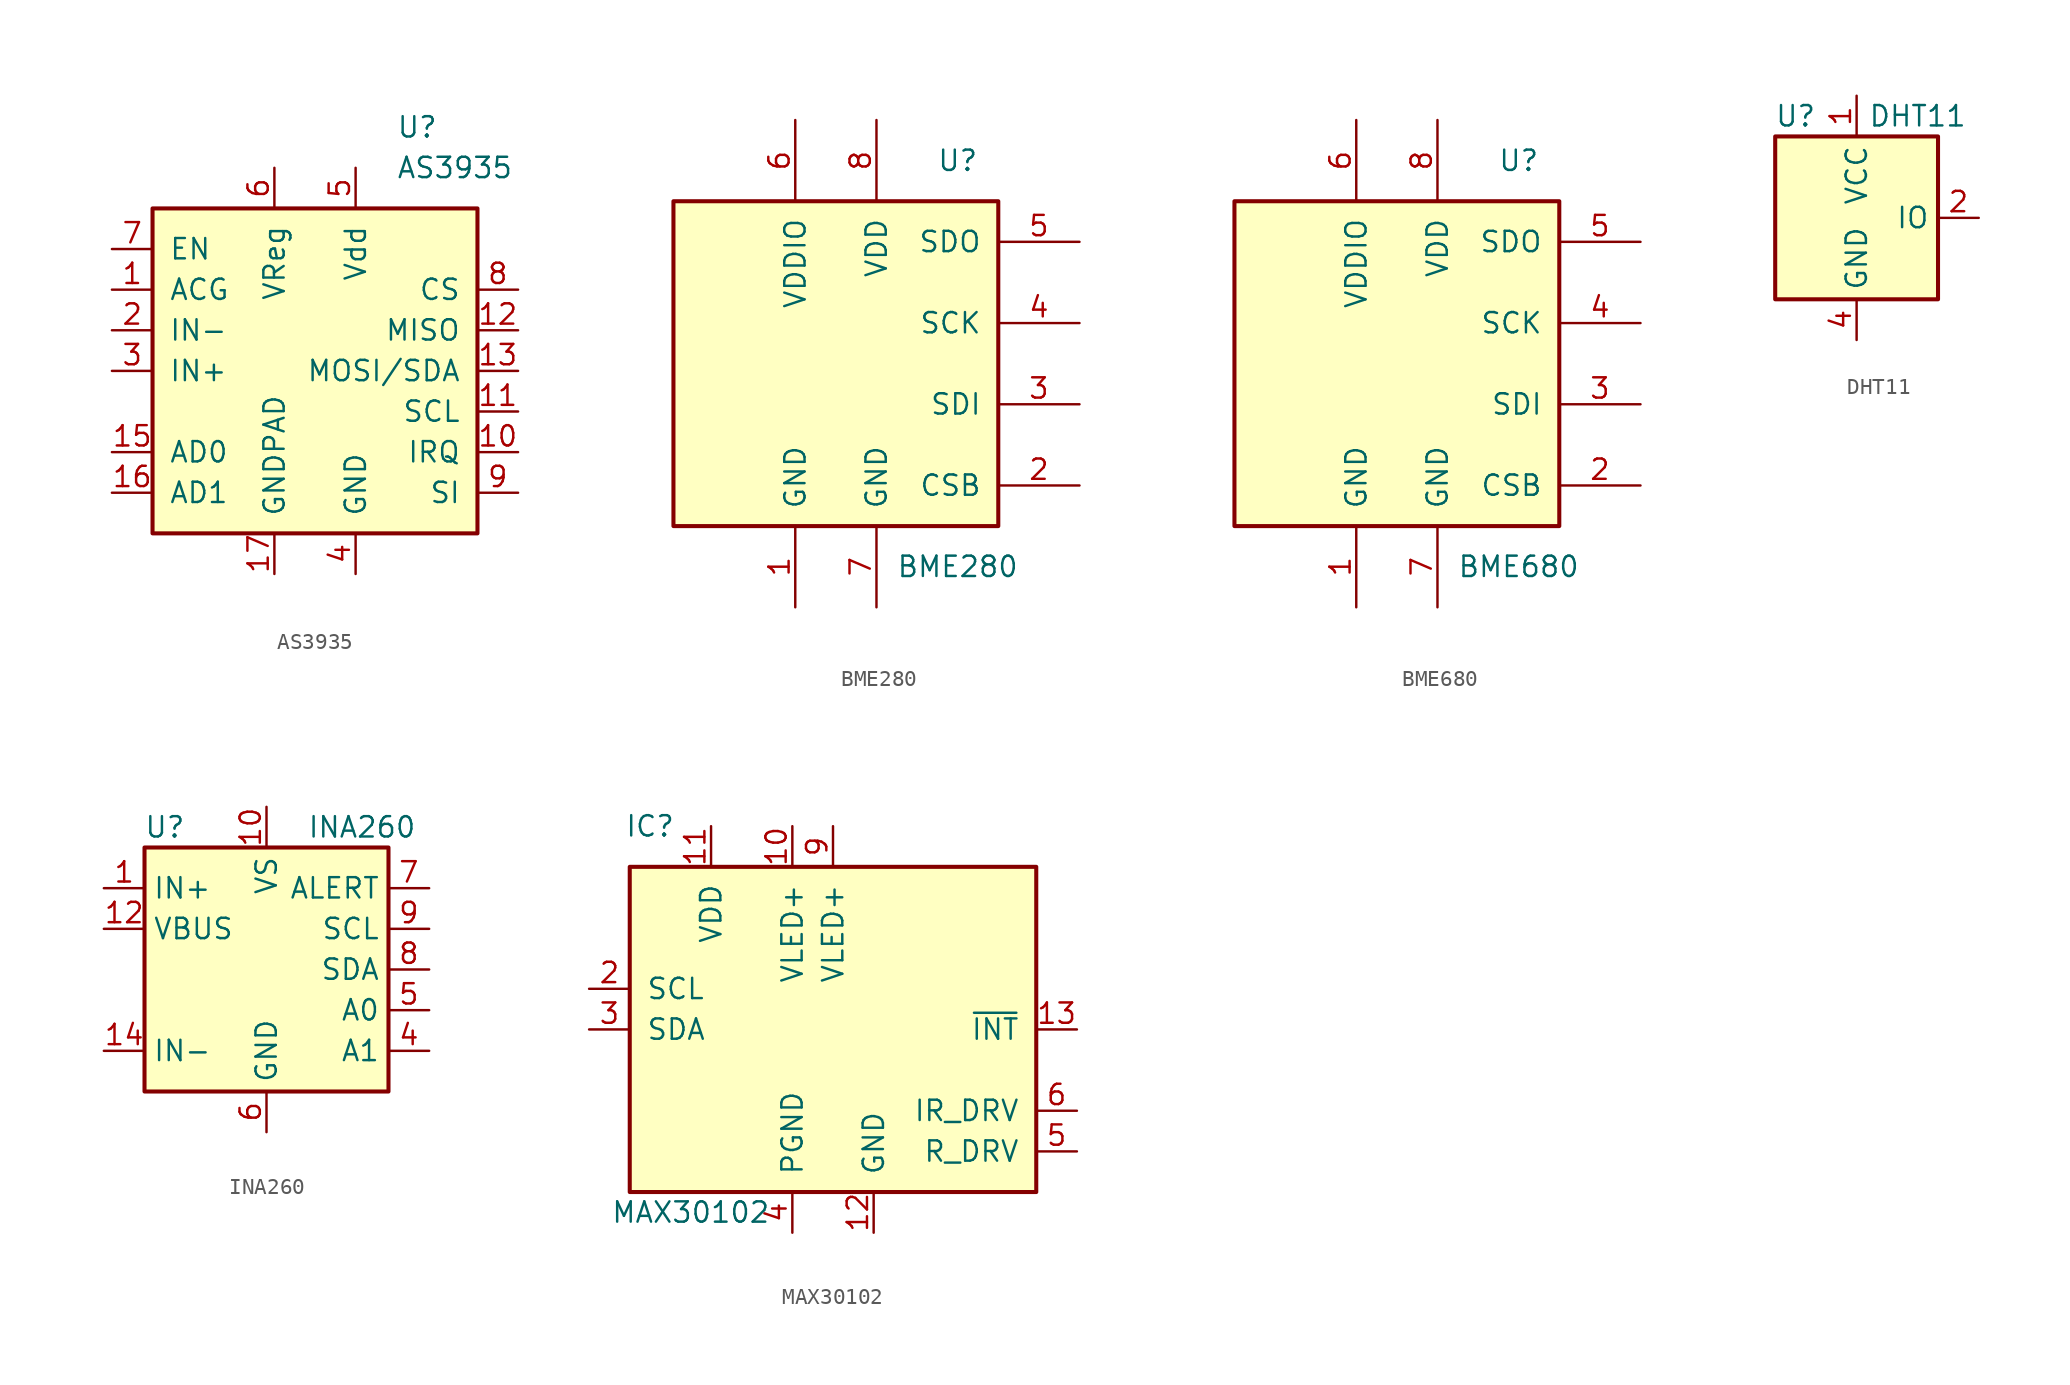
<source format=kicad_sym>
(kicad_symbol_lib
  (version 20201005)
  (generator kicad_symbol_editor)
  (symbol "AS3935"
    (pin_names
      (offset 1.016))
    (property "Reference" "U"
      (at 5.08 15.24 0)
      (effects (font (size 1.27 1.27)) (justify left)))
    (property "Value" "AS3935"
      (at 5.08 12.7 0)
      (effects (font (size 1.27 1.27)) (justify left)))
    (symbol "AS3935_0_1"
      (rectangle (start -10.16 10.16) (end 10.16 -10.16) (stroke (width 0.254)) (fill (type background))))
    (symbol "AS3935_1_1"
      (pin input line (at -12.7 5.08 0) (length 2.54) (name "ACG" (effects (font (size 1.27 1.27)))) (number "1" (effects (font (size 1.27 1.27)))))
      (pin bidirectional line (at 12.7 -5.08 180) (length 2.54) (name "IRQ" (effects (font (size 1.27 1.27)))) (number "10" (effects (font (size 1.27 1.27)))))
      (pin bidirectional line (at 12.7 -2.54 180) (length 2.54) (name "SCL" (effects (font (size 1.27 1.27)))) (number "11" (effects (font (size 1.27 1.27)))))
      (pin output line (at 12.7 2.54 180) (length 2.54) (name "MISO" (effects (font (size 1.27 1.27)))) (number "12" (effects (font (size 1.27 1.27)))))
      (pin bidirectional line (at 12.7 0 180) (length 2.54) (name "MOSI/SDA" (effects (font (size 1.27 1.27)))) (number "13" (effects (font (size 1.27 1.27)))))
      (pin input line (at -12.7 -5.08 0) (length 2.54) (name "AD0" (effects (font (size 1.27 1.27)))) (number "15" (effects (font (size 1.27 1.27)))))
      (pin input line (at -12.7 -7.62 0) (length 2.54) (name "AD1" (effects (font (size 1.27 1.27)))) (number "16" (effects (font (size 1.27 1.27)))))
      (pin power_in line (at -2.54 -12.7 90) (length 2.54) (name "GNDPAD" (effects (font (size 1.27 1.27)))) (number "17" (effects (font (size 1.27 1.27)))))
      (pin input line (at -12.7 2.54 0) (length 2.54) (name "IN-" (effects (font (size 1.27 1.27)))) (number "2" (effects (font (size 1.27 1.27)))))
      (pin input line (at -12.7 0 0) (length 2.54) (name "IN+" (effects (font (size 1.27 1.27)))) (number "3" (effects (font (size 1.27 1.27)))))
      (pin power_in line (at 2.54 -12.7 90) (length 2.54) (name "GND" (effects (font (size 1.27 1.27)))) (number "4" (effects (font (size 1.27 1.27)))))
      (pin power_in line (at 2.54 12.7 270) (length 2.54) (name "Vdd" (effects (font (size 1.27 1.27)))) (number "5" (effects (font (size 1.27 1.27)))))
      (pin passive line (at -2.54 12.7 270) (length 2.54) (name "VReg" (effects (font (size 1.27 1.27)))) (number "6" (effects (font (size 1.27 1.27)))))
      (pin input line (at -12.7 7.62 0) (length 2.54) (name "EN" (effects (font (size 1.27 1.27)))) (number "7" (effects (font (size 1.27 1.27)))))
      (pin input line (at 12.7 5.08 180) (length 2.54) (name "CS" (effects (font (size 1.27 1.27)))) (number "8" (effects (font (size 1.27 1.27)))))
      (pin input line (at 12.7 -7.62 180) (length 2.54) (name "SI" (effects (font (size 1.27 1.27)))) (number "9" (effects (font (size 1.27 1.27)))))))
  (symbol "BME280"
    (pin_names
      (offset 1.016))
    (property "Reference" "U"
      (at 7.62 12.7 0)
      (effects (font (size 1.27 1.27))))
    (property "Value" "BME280"
      (at 7.62 -12.7 0)
      (effects (font (size 1.27 1.27))))
    (symbol "BME280_0_1"
      (rectangle (start -10.16 10.16) (end 10.16 -10.16) (stroke (width 0.254)) (fill (type background))))
    (symbol "BME280_1_1"
      (pin power_in line (at -2.54 -15.24 90) (length 5.08) (name "GND" (effects (font (size 1.27 1.27)))) (number "1" (effects (font (size 1.27 1.27)))))
      (pin input line (at 15.24 -7.62 180) (length 5.08) (name "CSB" (effects (font (size 1.27 1.27)))) (number "2" (effects (font (size 1.27 1.27)))))
      (pin bidirectional line (at 15.24 -2.54 180) (length 5.08) (name "SDI" (effects (font (size 1.27 1.27)))) (number "3" (effects (font (size 1.27 1.27)))))
      (pin input line (at 15.24 2.54 180) (length 5.08) (name "SCK" (effects (font (size 1.27 1.27)))) (number "4" (effects (font (size 1.27 1.27)))))
      (pin bidirectional line (at 15.24 7.62 180) (length 5.08) (name "SDO" (effects (font (size 1.27 1.27)))) (number "5" (effects (font (size 1.27 1.27)))))
      (pin power_in line (at -2.54 15.24 270) (length 5.08) (name "VDDIO" (effects (font (size 1.27 1.27)))) (number "6" (effects (font (size 1.27 1.27)))))
      (pin power_in line (at 2.54 -15.24 90) (length 5.08) (name "GND" (effects (font (size 1.27 1.27)))) (number "7" (effects (font (size 1.27 1.27)))))
      (pin power_in line (at 2.54 15.24 270) (length 5.08) (name "VDD" (effects (font (size 1.27 1.27)))) (number "8" (effects (font (size 1.27 1.27)))))))
  (symbol "BME680"
    (pin_names
      (offset 1.016))
    (property "Reference" "U"
      (at 7.62 12.7 0)
      (effects (font (size 1.27 1.27))))
    (property "Value" "BME680"
      (at 7.62 -12.7 0)
      (effects (font (size 1.27 1.27))))
    (symbol "BME680_0_1"
      (rectangle (start -10.16 10.16) (end 10.16 -10.16) (stroke (width 0.254)) (fill (type background))))
    (symbol "BME680_1_1"
      (pin power_in line (at -2.54 -15.24 90) (length 5.08) (name "GND" (effects (font (size 1.27 1.27)))) (number "1" (effects (font (size 1.27 1.27)))))
      (pin input line (at 15.24 -7.62 180) (length 5.08) (name "CSB" (effects (font (size 1.27 1.27)))) (number "2" (effects (font (size 1.27 1.27)))))
      (pin bidirectional line (at 15.24 -2.54 180) (length 5.08) (name "SDI" (effects (font (size 1.27 1.27)))) (number "3" (effects (font (size 1.27 1.27)))))
      (pin input line (at 15.24 2.54 180) (length 5.08) (name "SCK" (effects (font (size 1.27 1.27)))) (number "4" (effects (font (size 1.27 1.27)))))
      (pin bidirectional line (at 15.24 7.62 180) (length 5.08) (name "SDO" (effects (font (size 1.27 1.27)))) (number "5" (effects (font (size 1.27 1.27)))))
      (pin power_in line (at -2.54 15.24 270) (length 5.08) (name "VDDIO" (effects (font (size 1.27 1.27)))) (number "6" (effects (font (size 1.27 1.27)))))
      (pin power_in line (at 2.54 -15.24 90) (length 5.08) (name "GND" (effects (font (size 1.27 1.27)))) (number "7" (effects (font (size 1.27 1.27)))))
      (pin power_in line (at 2.54 15.24 270) (length 5.08) (name "VDD" (effects (font (size 1.27 1.27)))) (number "8" (effects (font (size 1.27 1.27)))))))
  (symbol "DHT11"
    (property "Reference" "U"
      (at -3.81 6.35 0)
      (effects (font (size 1.27 1.27))))
    (property "Value" "DHT11"
      (at 3.81 6.35 0)
      (effects (font (size 1.27 1.27))))
    (symbol "DHT11_0_1"
      (rectangle (start -5.08 5.08) (end 5.08 -5.08) (stroke (width 0.254)) (fill (type background))))
    (symbol "DHT11_1_1"
      (pin power_in line (at 0 7.62 270) (length 2.54) (name "VCC" (effects (font (size 1.27 1.27)))) (number "1" (effects (font (size 1.27 1.27)))))
      (pin bidirectional line (at 7.62 0 180) (length 2.54) (name "IO" (effects (font (size 1.27 1.27)))) (number "2" (effects (font (size 1.27 1.27)))))
      (pin no_connect line (at -5.08 0 0) (length 2.54) hide (name "NC" (effects (font (size 1.27 1.27)))) (number "3" (effects (font (size 1.27 1.27)))))
      (pin power_in line (at 0 -7.62 90) (length 2.54) (name "GND" (effects (font (size 1.27 1.27)))) (number "4" (effects (font (size 1.27 1.27)))))))
  (symbol "INA260"
    (property "Reference" "U"
      (at -6.35 8.89 0)
      (effects (font (size 1.27 1.27))))
    (property "Value" "INA260"
      (at 2.54 8.89 0)
      (effects (font (size 1.27 1.27)) (justify left)))
    (symbol "INA260_0_1"
      (rectangle (start -7.62 7.62) (end 7.62 -7.62) (stroke (width 0.254)) (fill (type background))))
    (symbol "INA260_1_1"
      (pin passive line (at -10.16 5.08 0) (length 2.54) (name "IN+" (effects (font (size 1.27 1.27)))) (number "1" (effects (font (size 1.27 1.27)))))
      (pin power_in line (at 0 10.16 270) (length 2.54) (name "VS" (effects (font (size 1.27 1.27)))) (number "10" (effects (font (size 1.27 1.27)))))
      (pin passive line (at 0 -10.16 90) (length 2.54) hide (name "GND" (effects (font (size 1.27 1.27)))) (number "11" (effects (font (size 1.27 1.27)))))
      (pin passive line (at -10.16 2.54 0) (length 2.54) (name "VBUS" (effects (font (size 1.27 1.27)))) (number "12" (effects (font (size 1.27 1.27)))))
      (pin no_connect line (at 2.54 -7.62 90) (length 2.54) hide (name "NC" (effects (font (size 1.27 1.27)))) (number "13" (effects (font (size 1.27 1.27)))))
      (pin passive line (at -10.16 -5.08 0) (length 2.54) (name "IN-" (effects (font (size 1.27 1.27)))) (number "14" (effects (font (size 1.27 1.27)))))
      (pin passive line (at -10.16 -5.08 0) (length 2.54) hide (name "IN-" (effects (font (size 1.27 1.27)))) (number "15" (effects (font (size 1.27 1.27)))))
      (pin passive line (at -10.16 -5.08 0) (length 2.54) hide (name "IN-" (effects (font (size 1.27 1.27)))) (number "16" (effects (font (size 1.27 1.27)))))
      (pin passive line (at -10.16 5.08 0) (length 2.54) hide (name "IN+" (effects (font (size 1.27 1.27)))) (number "2" (effects (font (size 1.27 1.27)))))
      (pin passive line (at -10.16 5.08 0) (length 2.54) hide (name "IN+" (effects (font (size 1.27 1.27)))) (number "3" (effects (font (size 1.27 1.27)))))
      (pin input line (at 10.16 -5.08 180) (length 2.54) (name "A1" (effects (font (size 1.27 1.27)))) (number "4" (effects (font (size 1.27 1.27)))))
      (pin input line (at 10.16 -2.54 180) (length 2.54) (name "A0" (effects (font (size 1.27 1.27)))) (number "5" (effects (font (size 1.27 1.27)))))
      (pin power_in line (at 0 -10.16 90) (length 2.54) (name "GND" (effects (font (size 1.27 1.27)))) (number "6" (effects (font (size 1.27 1.27)))))
      (pin open_collector line (at 10.16 5.08 180) (length 2.54) (name "ALERT" (effects (font (size 1.27 1.27)))) (number "7" (effects (font (size 1.27 1.27)))))
      (pin bidirectional line (at 10.16 0 180) (length 2.54) (name "SDA" (effects (font (size 1.27 1.27)))) (number "8" (effects (font (size 1.27 1.27)))))
      (pin input line (at 10.16 2.54 180) (length 2.54) (name "SCL" (effects (font (size 1.27 1.27)))) (number "9" (effects (font (size 1.27 1.27)))))))
  (symbol "MAX30102"
    (pin_names
      (offset 1.016))
    (property "Reference" "IC"
      (at -11.43 12.7 0)
      (effects (font (size 1.27 1.27))))
    (property "Value" "MAX30102"
      (at -8.89 -11.43 0)
      (effects (font (size 1.27 1.27))))
    (symbol "MAX30102_0_1"
      (rectangle (start -12.7 10.16) (end 12.7 -10.16) (stroke (width 0.254)) (fill (type background))))
    (symbol "MAX30102_1_1"
      (pin no_connect line (at 10.16 10.16 180) (length 2.54) hide (name "NC" (effects (font (size 1.27 1.27)))) (number "1" (effects (font (size 1.27 1.27)))))
      (pin power_in line (at -2.54 12.7 270) (length 2.54) (name "VLED+" (effects (font (size 1.27 1.27)))) (number "10" (effects (font (size 1.27 1.27)))))
      (pin power_in line (at -7.62 12.7 270) (length 2.54) (name "VDD" (effects (font (size 1.27 1.27)))) (number "11" (effects (font (size 1.27 1.27)))))
      (pin power_in line (at 2.54 -12.7 90) (length 2.54) (name "GND" (effects (font (size 1.27 1.27)))) (number "12" (effects (font (size 1.27 1.27)))))
      (pin output line (at 15.24 0 180) (length 2.54) (name "~INT" (effects (font (size 1.27 1.27)))) (number "13" (effects (font (size 1.27 1.27)))))
      (pin no_connect line (at 10.16 2.54 180) (length 2.54) hide (name "NC" (effects (font (size 1.27 1.27)))) (number "14" (effects (font (size 1.27 1.27)))))
      (pin input line (at -15.24 2.54 0) (length 2.54) (name "SCL" (effects (font (size 1.27 1.27)))) (number "2" (effects (font (size 1.27 1.27)))))
      (pin bidirectional line (at -15.24 0 0) (length 2.54) (name "SDA" (effects (font (size 1.27 1.27)))) (number "3" (effects (font (size 1.27 1.27)))))
      (pin power_in line (at -2.54 -12.7 90) (length 2.54) (name "PGND" (effects (font (size 1.27 1.27)))) (number "4" (effects (font (size 1.27 1.27)))))
      (pin output line (at 15.24 -7.62 180) (length 2.54) (name "R_DRV" (effects (font (size 1.27 1.27)))) (number "5" (effects (font (size 1.27 1.27)))))
      (pin output line (at 15.24 -5.08 180) (length 2.54) (name "IR_DRV" (effects (font (size 1.27 1.27)))) (number "6" (effects (font (size 1.27 1.27)))))
      (pin no_connect line (at 10.16 7.62 180) (length 2.54) hide (name "NC" (effects (font (size 1.27 1.27)))) (number "7" (effects (font (size 1.27 1.27)))))
      (pin no_connect line (at 10.16 5.08 180) (length 2.54) hide (name "NC" (effects (font (size 1.27 1.27)))) (number "8" (effects (font (size 1.27 1.27)))))
      (pin power_in line (at 0 12.7 270) (length 2.54) (name "VLED+" (effects (font (size 1.27 1.27)))) (number "9" (effects (font (size 1.27 1.27))))))))
</source>
